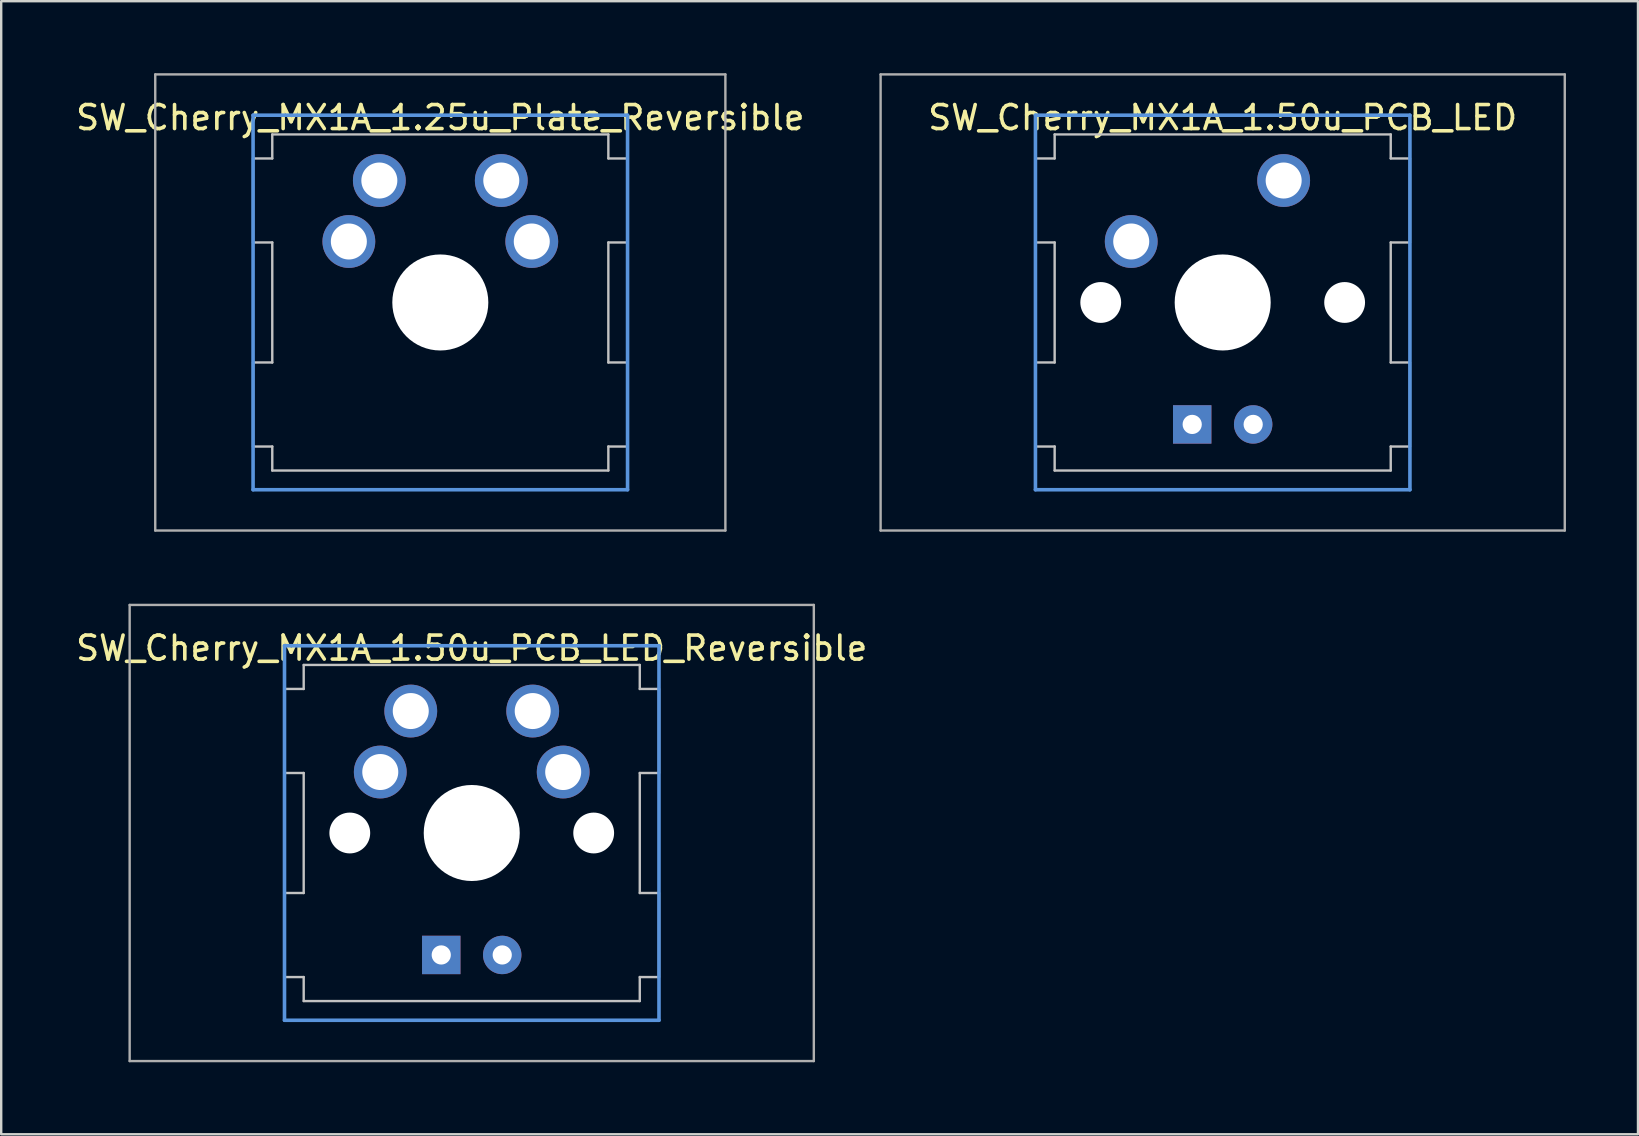
<source format=kicad_pcb>
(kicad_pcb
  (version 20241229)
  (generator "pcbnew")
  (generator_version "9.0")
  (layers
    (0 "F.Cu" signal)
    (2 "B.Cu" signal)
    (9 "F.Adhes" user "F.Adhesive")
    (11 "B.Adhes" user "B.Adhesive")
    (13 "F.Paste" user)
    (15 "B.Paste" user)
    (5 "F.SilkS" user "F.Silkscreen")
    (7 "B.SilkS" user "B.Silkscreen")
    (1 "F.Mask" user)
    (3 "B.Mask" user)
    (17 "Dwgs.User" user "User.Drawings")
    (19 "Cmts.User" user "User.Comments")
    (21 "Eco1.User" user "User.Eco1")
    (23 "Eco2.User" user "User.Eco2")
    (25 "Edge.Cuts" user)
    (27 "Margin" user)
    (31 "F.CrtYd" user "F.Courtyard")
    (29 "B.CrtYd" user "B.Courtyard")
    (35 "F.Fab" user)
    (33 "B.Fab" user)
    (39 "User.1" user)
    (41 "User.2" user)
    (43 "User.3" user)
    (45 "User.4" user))
  (footprint "SW_Cherry_MX1A_1.50u_PCB_LED"
    (layer "F.Cu")
    (at 47.883 9.55)
    (property "Reference" "SW_Cherry_MX1A_1.50u_PCB_LED" (at 0 -7.7 0) (layer "F.SilkS") (effects (font (size 1 1) (thickness 0.15))))
    (attr through_hole)
    (fp_line (start -7.8 -6) (end -7 -6) (stroke (width 0.1) (type solid)) (layer "Dwgs.User"))
    (fp_line (start -7.8 -2.5) (end -7.8 -6) (stroke (width 0.1) (type solid)) (layer "Dwgs.User"))
    (fp_line (start -7.8 -2.5) (end -7 -2.5) (stroke (width 0.1) (type solid)) (layer "Dwgs.User"))
    (fp_line (start -7.8 2.5) (end -7 2.5) (stroke (width 0.1) (type solid)) (layer "Dwgs.User"))
    (fp_line (start -7.8 6) (end -7.8 2.5) (stroke (width 0.1) (type solid)) (layer "Dwgs.User"))
    (fp_line (start -7.8 6) (end -7 6) (stroke (width 0.1) (type solid)) (layer "Dwgs.User"))
    (fp_line (start -7 -7) (end 7 -7) (stroke (width 0.1) (type solid)) (layer "Dwgs.User"))
    (fp_line (start -7 -6) (end -7 -7) (stroke (width 0.1) (type solid)) (layer "Dwgs.User"))
    (fp_line (start -7 -2.5) (end -7 2.5) (stroke (width 0.1) (type solid)) (layer "Dwgs.User"))
    (fp_line (start -7 7) (end -7 6) (stroke (width 0.1) (type solid)) (layer "Dwgs.User"))
    (fp_line (start -7 7) (end 7 7) (stroke (width 0.1) (type solid)) (layer "Dwgs.User"))
    (fp_line (start 7 -6) (end 7 -7) (stroke (width 0.1) (type solid)) (layer "Dwgs.User"))
    (fp_line (start 7 -6) (end 7.8 -6) (stroke (width 0.1) (type solid)) (layer "Dwgs.User"))
    (fp_line (start 7 -2.5) (end 7 2.5) (stroke (width 0.1) (type solid)) (layer "Dwgs.User"))
    (fp_line (start 7 -2.5) (end 7.8 -2.5) (stroke (width 0.1) (type solid)) (layer "Dwgs.User"))
    (fp_line (start 7 2.5) (end 7.8 2.5) (stroke (width 0.1) (type solid)) (layer "Dwgs.User"))
    (fp_line (start 7 6) (end 7.8 6) (stroke (width 0.1) (type solid)) (layer "Dwgs.User"))
    (fp_line (start 7 7) (end 7 6) (stroke (width 0.1) (type solid)) (layer "Dwgs.User"))
    (fp_line (start 7.8 -2.5) (end 7.8 -6) (stroke (width 0.1) (type solid)) (layer "Dwgs.User"))
    (fp_line (start 7.8 6) (end 7.8 2.5) (stroke (width 0.1) (type solid)) (layer "Dwgs.User"))
    (fp_line (start -7.8 -7.8) (end 7.8 -7.8) (stroke (width 0.15) (type solid)) (layer "Cmts.User"))
    (fp_line (start -7.8 7.8) (end -7.8 -7.8) (stroke (width 0.15) (type solid)) (layer "Cmts.User"))
    (fp_line (start 7.8 -7.8) (end 7.8 7.8) (stroke (width 0.15) (type solid)) (layer "Cmts.User"))
    (fp_line (start 7.8 7.8) (end -7.8 7.8) (stroke (width 0.15) (type solid)) (layer "Cmts.User"))
    (fp_line (start -14.25 -9.5) (end 14.25 -9.5) (stroke (width 0.1) (type solid)) (layer "F.Fab"))
    (fp_line (start -14.25 9.5) (end -14.25 -9.5) (stroke (width 0.1) (type solid)) (layer "F.Fab"))
    (fp_line (start 14.25 -9.5) (end 14.25 9.5) (stroke (width 0.1) (type solid)) (layer "F.Fab"))
    (fp_line (start 14.25 9.5) (end -14.25 9.5) (stroke (width 0.1) (type solid)) (layer "F.Fab"))
    (pad "" np_thru_hole circle (at -5.08 0) (size 1.7 1.7) (drill 1.7) (layers "*.Cu" "*.Mask"))
    (pad "" np_thru_hole circle (at 0 0) (size 4 4) (drill 4) (layers "*.Cu" "*.Mask"))
    (pad "" np_thru_hole circle (at 5.08 0) (size 1.7 1.7) (drill 1.7) (layers "*.Cu" "*.Mask"))
    (pad "1" thru_hole circle (at -3.81 -2.54) (size 2.2 2.2) (drill 1.5) (layers "*.Cu" "*.Mask"))
    (pad "2" thru_hole circle (at 2.54 -5.08) (size 2.2 2.2) (drill 1.5) (layers "*.Cu" "*.Mask"))
    (pad "3" thru_hole rect (at -1.27 5.08) (size 1.6 1.6) (drill 0.8) (layers "*.Cu" "*.Mask"))
    (pad "4" thru_hole circle (at 1.27 5.08) (size 1.6 1.6) (drill 0.8) (layers "*.Cu" "*.Mask")))
  (footprint "SW_Cherry_MX1A_1.25u_Plate_Reversible"
    (layer "F.Cu")
    (at 15.292 9.55)
    (property "Reference" "SW_Cherry_MX1A_1.25u_Plate_Reversible" (at 0 -7.7 0) (layer "F.SilkS") (effects (font (size 1 1) (thickness 0.15))))
    (attr through_hole)
    (fp_line (start -7.8 -6) (end -7 -6) (stroke (width 0.1) (type solid)) (layer "Dwgs.User"))
    (fp_line (start -7.8 -2.5) (end -7.8 -6) (stroke (width 0.1) (type solid)) (layer "Dwgs.User"))
    (fp_line (start -7.8 -2.5) (end -7 -2.5) (stroke (width 0.1) (type solid)) (layer "Dwgs.User"))
    (fp_line (start -7.8 2.5) (end -7 2.5) (stroke (width 0.1) (type solid)) (layer "Dwgs.User"))
    (fp_line (start -7.8 6) (end -7.8 2.5) (stroke (width 0.1) (type solid)) (layer "Dwgs.User"))
    (fp_line (start -7.8 6) (end -7 6) (stroke (width 0.1) (type solid)) (layer "Dwgs.User"))
    (fp_line (start -7 -7) (end 7 -7) (stroke (width 0.1) (type solid)) (layer "Dwgs.User"))
    (fp_line (start -7 -6) (end -7 -7) (stroke (width 0.1) (type solid)) (layer "Dwgs.User"))
    (fp_line (start -7 -2.5) (end -7 2.5) (stroke (width 0.1) (type solid)) (layer "Dwgs.User"))
    (fp_line (start -7 7) (end -7 6) (stroke (width 0.1) (type solid)) (layer "Dwgs.User"))
    (fp_line (start -7 7) (end 7 7) (stroke (width 0.1) (type solid)) (layer "Dwgs.User"))
    (fp_line (start 7 -6) (end 7 -7) (stroke (width 0.1) (type solid)) (layer "Dwgs.User"))
    (fp_line (start 7 -6) (end 7.8 -6) (stroke (width 0.1) (type solid)) (layer "Dwgs.User"))
    (fp_line (start 7 -2.5) (end 7 2.5) (stroke (width 0.1) (type solid)) (layer "Dwgs.User"))
    (fp_line (start 7 -2.5) (end 7.8 -2.5) (stroke (width 0.1) (type solid)) (layer "Dwgs.User"))
    (fp_line (start 7 2.5) (end 7.8 2.5) (stroke (width 0.1) (type solid)) (layer "Dwgs.User"))
    (fp_line (start 7 6) (end 7.8 6) (stroke (width 0.1) (type solid)) (layer "Dwgs.User"))
    (fp_line (start 7 7) (end 7 6) (stroke (width 0.1) (type solid)) (layer "Dwgs.User"))
    (fp_line (start 7.8 -2.5) (end 7.8 -6) (stroke (width 0.1) (type solid)) (layer "Dwgs.User"))
    (fp_line (start 7.8 6) (end 7.8 2.5) (stroke (width 0.1) (type solid)) (layer "Dwgs.User"))
    (fp_line (start -7.8 -7.8) (end 7.8 -7.8) (stroke (width 0.15) (type solid)) (layer "Cmts.User"))
    (fp_line (start -7.8 7.8) (end -7.8 -7.8) (stroke (width 0.15) (type solid)) (layer "Cmts.User"))
    (fp_line (start 7.8 -7.8) (end 7.8 7.8) (stroke (width 0.15) (type solid)) (layer "Cmts.User"))
    (fp_line (start 7.8 7.8) (end -7.8 7.8) (stroke (width 0.15) (type solid)) (layer "Cmts.User"))
    (fp_line (start -11.875 -9.5) (end 11.875 -9.5) (stroke (width 0.1) (type solid)) (layer "F.Fab"))
    (fp_line (start -11.875 9.5) (end -11.875 -9.5) (stroke (width 0.1) (type solid)) (layer "F.Fab"))
    (fp_line (start 11.875 -9.5) (end 11.875 9.5) (stroke (width 0.1) (type solid)) (layer "F.Fab"))
    (fp_line (start 11.875 9.5) (end -11.875 9.5) (stroke (width 0.1) (type solid)) (layer "F.Fab"))
    (pad "" np_thru_hole circle (at 0 0) (size 4 4) (drill 4) (layers "*.Cu" "*.Mask"))
    (pad "1" thru_hole circle (at -3.81 -2.54) (size 2.2 2.2) (drill 1.5) (layers "*.Cu" "*.Mask"))
    (pad "1" thru_hole circle (at -2.54 -5.08) (size 2.2 2.2) (drill 1.5) (layers "*.Cu" "*.Mask"))
    (pad "2" thru_hole circle (at 2.54 -5.08) (size 2.2 2.2) (drill 1.5) (layers "*.Cu" "*.Mask"))
    (pad "2" thru_hole circle (at 3.81 -2.54) (size 2.2 2.2) (drill 1.5) (layers "*.Cu" "*.Mask")))
  (footprint "SW_Cherry_MX1A_1.50u_PCB_LED_Reversible"
    (layer "F.Cu")
    (at 16.601 31.65)
    (property "Reference" "SW_Cherry_MX1A_1.50u_PCB_LED_Reversible" (at 0 -7.7 0) (layer "F.SilkS") (effects (font (size 1 1) (thickness 0.15))))
    (attr through_hole)
    (fp_line (start -7.8 -6) (end -7 -6) (stroke (width 0.1) (type solid)) (layer "Dwgs.User"))
    (fp_line (start -7.8 -2.5) (end -7.8 -6) (stroke (width 0.1) (type solid)) (layer "Dwgs.User"))
    (fp_line (start -7.8 -2.5) (end -7 -2.5) (stroke (width 0.1) (type solid)) (layer "Dwgs.User"))
    (fp_line (start -7.8 2.5) (end -7 2.5) (stroke (width 0.1) (type solid)) (layer "Dwgs.User"))
    (fp_line (start -7.8 6) (end -7.8 2.5) (stroke (width 0.1) (type solid)) (layer "Dwgs.User"))
    (fp_line (start -7.8 6) (end -7 6) (stroke (width 0.1) (type solid)) (layer "Dwgs.User"))
    (fp_line (start -7 -7) (end 7 -7) (stroke (width 0.1) (type solid)) (layer "Dwgs.User"))
    (fp_line (start -7 -6) (end -7 -7) (stroke (width 0.1) (type solid)) (layer "Dwgs.User"))
    (fp_line (start -7 -2.5) (end -7 2.5) (stroke (width 0.1) (type solid)) (layer "Dwgs.User"))
    (fp_line (start -7 7) (end -7 6) (stroke (width 0.1) (type solid)) (layer "Dwgs.User"))
    (fp_line (start -7 7) (end 7 7) (stroke (width 0.1) (type solid)) (layer "Dwgs.User"))
    (fp_line (start 7 -6) (end 7 -7) (stroke (width 0.1) (type solid)) (layer "Dwgs.User"))
    (fp_line (start 7 -6) (end 7.8 -6) (stroke (width 0.1) (type solid)) (layer "Dwgs.User"))
    (fp_line (start 7 -2.5) (end 7 2.5) (stroke (width 0.1) (type solid)) (layer "Dwgs.User"))
    (fp_line (start 7 -2.5) (end 7.8 -2.5) (stroke (width 0.1) (type solid)) (layer "Dwgs.User"))
    (fp_line (start 7 2.5) (end 7.8 2.5) (stroke (width 0.1) (type solid)) (layer "Dwgs.User"))
    (fp_line (start 7 6) (end 7.8 6) (stroke (width 0.1) (type solid)) (layer "Dwgs.User"))
    (fp_line (start 7 7) (end 7 6) (stroke (width 0.1) (type solid)) (layer "Dwgs.User"))
    (fp_line (start 7.8 -2.5) (end 7.8 -6) (stroke (width 0.1) (type solid)) (layer "Dwgs.User"))
    (fp_line (start 7.8 6) (end 7.8 2.5) (stroke (width 0.1) (type solid)) (layer "Dwgs.User"))
    (fp_line (start -7.8 -7.8) (end 7.8 -7.8) (stroke (width 0.15) (type solid)) (layer "Cmts.User"))
    (fp_line (start -7.8 7.8) (end -7.8 -7.8) (stroke (width 0.15) (type solid)) (layer "Cmts.User"))
    (fp_line (start 7.8 -7.8) (end 7.8 7.8) (stroke (width 0.15) (type solid)) (layer "Cmts.User"))
    (fp_line (start 7.8 7.8) (end -7.8 7.8) (stroke (width 0.15) (type solid)) (layer "Cmts.User"))
    (fp_line (start -14.25 -9.5) (end 14.25 -9.5) (stroke (width 0.1) (type solid)) (layer "F.Fab"))
    (fp_line (start -14.25 9.5) (end -14.25 -9.5) (stroke (width 0.1) (type solid)) (layer "F.Fab"))
    (fp_line (start 14.25 -9.5) (end 14.25 9.5) (stroke (width 0.1) (type solid)) (layer "F.Fab"))
    (fp_line (start 14.25 9.5) (end -14.25 9.5) (stroke (width 0.1) (type solid)) (layer "F.Fab"))
    (pad "" np_thru_hole circle (at -5.08 0) (size 1.7 1.7) (drill 1.7) (layers "*.Cu" "*.Mask"))
    (pad "" np_thru_hole circle (at 0 0) (size 4 4) (drill 4) (layers "*.Cu" "*.Mask"))
    (pad "" np_thru_hole circle (at 5.08 0) (size 1.7 1.7) (drill 1.7) (layers "*.Cu" "*.Mask"))
    (pad "1" thru_hole circle (at -3.81 -2.54) (size 2.2 2.2) (drill 1.5) (layers "*.Cu" "*.Mask"))
    (pad "1" thru_hole circle (at -2.54 -5.08) (size 2.2 2.2) (drill 1.5) (layers "*.Cu" "*.Mask"))
    (pad "2" thru_hole circle (at 2.54 -5.08) (size 2.2 2.2) (drill 1.5) (layers "*.Cu" "*.Mask"))
    (pad "2" thru_hole circle (at 3.81 -2.54) (size 2.2 2.2) (drill 1.5) (layers "*.Cu" "*.Mask"))
    (pad "3" thru_hole rect (at -1.27 5.08) (size 1.6 1.6) (drill 0.8) (layers "*.Cu" "*.Mask"))
    (pad "4" thru_hole circle (at 1.27 5.08) (size 1.6 1.6) (drill 0.8) (layers "*.Cu" "*.Mask")))
  (gr_rect
    (start -3 -3)
    (end 65.183 44.2)
    (stroke (width 0.1) (type default))
    (fill no)
    (layer "Edge.Cuts")))
</source>
